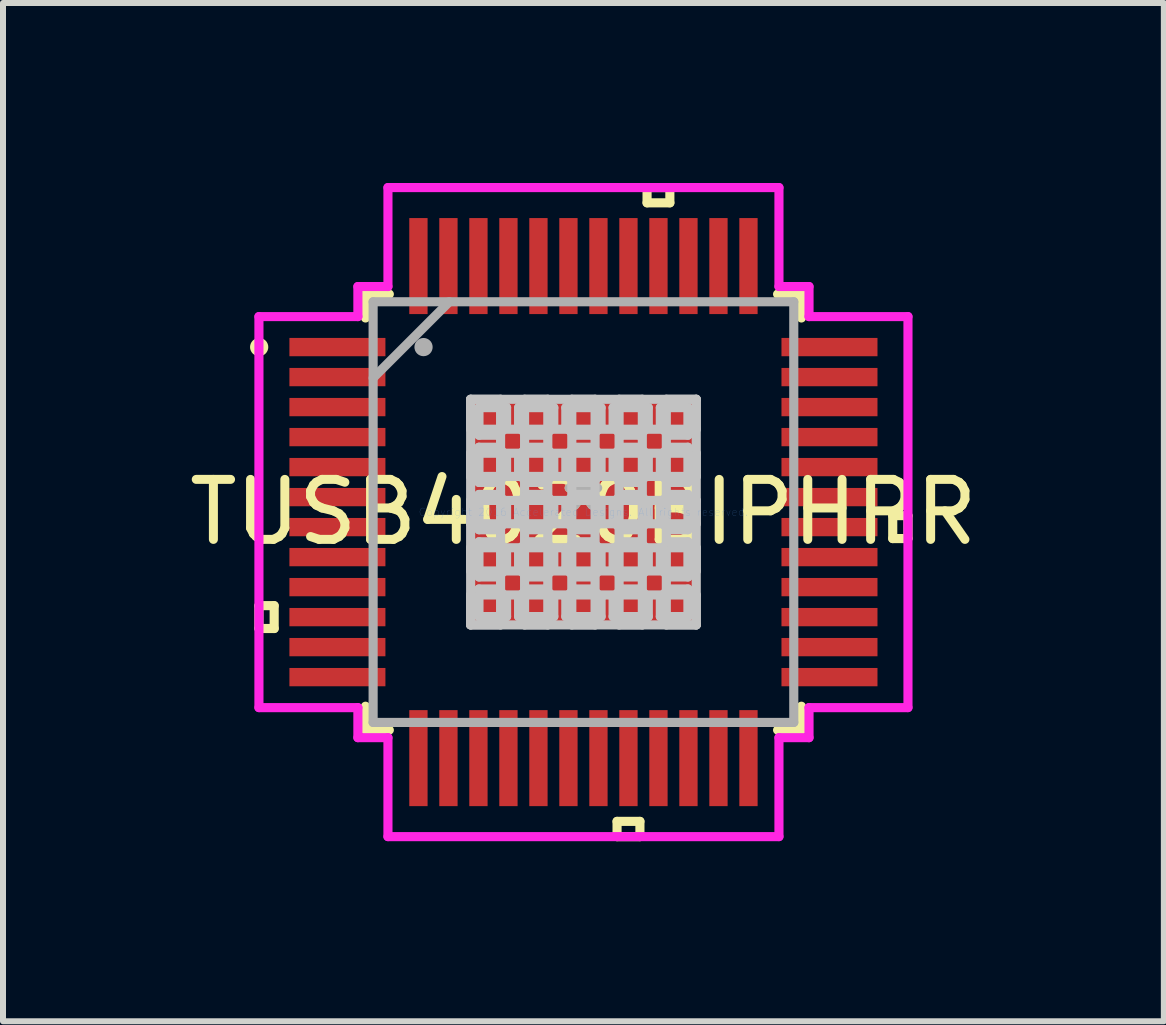
<source format=kicad_pcb>
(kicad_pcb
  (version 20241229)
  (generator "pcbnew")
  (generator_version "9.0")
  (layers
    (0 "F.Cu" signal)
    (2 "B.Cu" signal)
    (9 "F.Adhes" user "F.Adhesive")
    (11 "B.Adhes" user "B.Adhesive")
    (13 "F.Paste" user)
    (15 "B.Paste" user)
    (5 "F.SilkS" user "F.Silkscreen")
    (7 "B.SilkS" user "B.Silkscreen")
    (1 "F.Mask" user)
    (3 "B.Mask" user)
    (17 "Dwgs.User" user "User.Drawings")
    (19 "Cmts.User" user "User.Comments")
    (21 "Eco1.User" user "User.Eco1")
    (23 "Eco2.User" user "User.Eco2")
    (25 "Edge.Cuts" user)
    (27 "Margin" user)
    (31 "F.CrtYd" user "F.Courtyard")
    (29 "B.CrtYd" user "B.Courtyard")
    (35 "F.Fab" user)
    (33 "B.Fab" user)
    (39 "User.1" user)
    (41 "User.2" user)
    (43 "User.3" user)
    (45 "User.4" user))
  (footprint "TUSB4020BIPHPR"
    (layer "F.Cu")
    (at 6.673 5.484)
    (property "Reference" "TUSB4020BIPHPR" (at 0 0 0) (layer "F.SilkS") (effects (font (size 1 1) (thickness 0.15))))
    (attr through_hole)
    (fp_line (start -5.408 1.559) (end -5.408 1.94) (stroke (width 0.152) (type solid)) (layer "F.SilkS"))
    (fp_line (start -5.408 1.94) (end -5.154 1.94) (stroke (width 0.152) (type solid)) (layer "F.SilkS"))
    (fp_line (start -5.154 1.559) (end -5.408 1.559) (stroke (width 0.152) (type solid)) (layer "F.SilkS"))
    (fp_line (start -5.154 1.94) (end -5.154 1.559) (stroke (width 0.152) (type solid)) (layer "F.SilkS"))
    (fp_line (start -3.632 -3.632) (end -3.632 -3.235) (stroke (width 0.152) (type solid)) (layer "F.SilkS"))
    (fp_line (start -3.632 3.235) (end -3.632 3.632) (stroke (width 0.152) (type solid)) (layer "F.SilkS"))
    (fp_line (start -3.632 3.632) (end -3.235 3.632) (stroke (width 0.152) (type solid)) (layer "F.SilkS"))
    (fp_line (start -3.235 -3.632) (end -3.632 -3.632) (stroke (width 0.152) (type solid)) (layer "F.SilkS"))
    (fp_line (start 0.56 5.154) (end 0.56 5.408) (stroke (width 0.152) (type solid)) (layer "F.SilkS"))
    (fp_line (start 0.56 5.408) (end 0.941 5.408) (stroke (width 0.152) (type solid)) (layer "F.SilkS"))
    (fp_line (start 0.941 5.154) (end 0.56 5.154) (stroke (width 0.152) (type solid)) (layer "F.SilkS"))
    (fp_line (start 0.941 5.408) (end 0.941 5.154) (stroke (width 0.152) (type solid)) (layer "F.SilkS"))
    (fp_line (start 1.06 -5.408) (end 1.44 -5.408) (stroke (width 0.152) (type solid)) (layer "F.SilkS"))
    (fp_line (start 1.06 -5.154) (end 1.06 -5.408) (stroke (width 0.152) (type solid)) (layer "F.SilkS"))
    (fp_line (start 1.44 -5.408) (end 1.44 -5.154) (stroke (width 0.152) (type solid)) (layer "F.SilkS"))
    (fp_line (start 1.44 -5.154) (end 1.06 -5.154) (stroke (width 0.152) (type solid)) (layer "F.SilkS"))
    (fp_line (start 3.235 3.632) (end 3.632 3.632) (stroke (width 0.152) (type solid)) (layer "F.SilkS"))
    (fp_line (start 3.632 -3.632) (end 3.235 -3.632) (stroke (width 0.152) (type solid)) (layer "F.SilkS"))
    (fp_line (start 3.632 -3.235) (end 3.632 -3.632) (stroke (width 0.152) (type solid)) (layer "F.SilkS"))
    (fp_line (start 3.632 3.632) (end 3.632 3.235) (stroke (width 0.152) (type solid)) (layer "F.SilkS"))
    (fp_line (start 5.154 0.059) (end 5.408 0.059) (stroke (width 0.152) (type solid)) (layer "F.SilkS"))
    (fp_line (start 5.154 0.441) (end 5.154 0.059) (stroke (width 0.152) (type solid)) (layer "F.SilkS"))
    (fp_line (start 5.408 0.059) (end 5.408 0.441) (stroke (width 0.152) (type solid)) (layer "F.SilkS"))
    (fp_line (start 5.408 0.441) (end 5.154 0.441) (stroke (width 0.152) (type solid)) (layer "F.SilkS"))
    (fp_circle (center -5.404 -2.75) (end -5.328 -2.75) (stroke (width 0.152) (type solid)) (fill no) (layer "F.SilkS"))
    (fp_line (start -1.88 -1.88) (end -1.381 -1.88) (stroke (width 0.152) (type solid)) (layer "Dwgs.User"))
    (fp_line (start -1.88 -1.88) (end 1.88 -1.88) (stroke (width 0.152) (type solid)) (layer "Dwgs.User"))
    (fp_line (start -1.88 -1.381) (end -1.88 -1.88) (stroke (width 0.152) (type solid)) (layer "Dwgs.User"))
    (fp_line (start -1.88 -0.981) (end 1.88 -0.981) (stroke (width 0.152) (type solid)) (layer "Dwgs.User"))
    (fp_line (start -1.88 -0.594) (end -1.88 -0.981) (stroke (width 0.152) (type solid)) (layer "Dwgs.User"))
    (fp_line (start -1.88 -0.194) (end 1.88 -0.194) (stroke (width 0.152) (type solid)) (layer "Dwgs.User"))
    (fp_line (start -1.88 0.194) (end -1.88 -0.194) (stroke (width 0.152) (type solid)) (layer "Dwgs.User"))
    (fp_line (start -1.88 0.594) (end 1.88 0.594) (stroke (width 0.152) (type solid)) (layer "Dwgs.User"))
    (fp_line (start -1.88 0.981) (end -1.88 0.594) (stroke (width 0.152) (type solid)) (layer "Dwgs.User"))
    (fp_line (start -1.88 1.381) (end 1.88 1.381) (stroke (width 0.152) (type solid)) (layer "Dwgs.User"))
    (fp_line (start -1.88 1.88) (end -1.88 -1.88) (stroke (width 0.152) (type solid)) (layer "Dwgs.User"))
    (fp_line (start -1.88 1.88) (end -1.88 1.381) (stroke (width 0.152) (type solid)) (layer "Dwgs.User"))
    (fp_line (start -1.741 -1.741) (end -1.741 -1.281) (stroke (width 0.152) (type solid)) (layer "Dwgs.User"))
    (fp_line (start -1.741 -1.281) (end -1.423 -1.281) (stroke (width 0.152) (type solid)) (layer "Dwgs.User"))
    (fp_line (start -1.741 -1.081) (end -1.741 -0.494) (stroke (width 0.152) (type solid)) (layer "Dwgs.User"))
    (fp_line (start -1.741 -0.494) (end -1.423 -0.494) (stroke (width 0.152) (type solid)) (layer "Dwgs.User"))
    (fp_line (start -1.741 -0.294) (end -1.741 0.294) (stroke (width 0.152) (type solid)) (layer "Dwgs.User"))
    (fp_line (start -1.741 0.294) (end -1.423 0.294) (stroke (width 0.152) (type solid)) (layer "Dwgs.User"))
    (fp_line (start -1.741 0.494) (end -1.741 1.081) (stroke (width 0.152) (type solid)) (layer "Dwgs.User"))
    (fp_line (start -1.741 1.081) (end -1.423 1.081) (stroke (width 0.152) (type solid)) (layer "Dwgs.User"))
    (fp_line (start -1.741 1.281) (end -1.741 1.741) (stroke (width 0.152) (type solid)) (layer "Dwgs.User"))
    (fp_line (start -1.741 1.741) (end -1.281 1.741) (stroke (width 0.152) (type solid)) (layer "Dwgs.User"))
    (fp_line (start -1.423 -1.281) (end -1.423 -1.281) (stroke (width 0.152) (type solid)) (layer "Dwgs.User"))
    (fp_line (start -1.423 -1.281) (end -1.281 -1.423) (stroke (width 0.152) (type solid)) (layer "Dwgs.User"))
    (fp_line (start -1.423 -1.081) (end -1.741 -1.081) (stroke (width 0.152) (type solid)) (layer "Dwgs.User"))
    (fp_line (start -1.423 -1.081) (end -1.423 -1.081) (stroke (width 0.152) (type solid)) (layer "Dwgs.User"))
    (fp_line (start -1.423 -0.494) (end -1.423 -0.494) (stroke (width 0.152) (type solid)) (layer "Dwgs.User"))
    (fp_line (start -1.423 -0.494) (end -1.281 -0.635) (stroke (width 0.152) (type solid)) (layer "Dwgs.User"))
    (fp_line (start -1.423 -0.294) (end -1.741 -0.294) (stroke (width 0.152) (type solid)) (layer "Dwgs.User"))
    (fp_line (start -1.423 -0.294) (end -1.423 -0.294) (stroke (width 0.152) (type solid)) (layer "Dwgs.User"))
    (fp_line (start -1.423 0.294) (end -1.423 0.294) (stroke (width 0.152) (type solid)) (layer "Dwgs.User"))
    (fp_line (start -1.423 0.294) (end -1.281 0.152) (stroke (width 0.152) (type solid)) (layer "Dwgs.User"))
    (fp_line (start -1.423 0.494) (end -1.741 0.494) (stroke (width 0.152) (type solid)) (layer "Dwgs.User"))
    (fp_line (start -1.423 0.494) (end -1.423 0.494) (stroke (width 0.152) (type solid)) (layer "Dwgs.User"))
    (fp_line (start -1.423 1.081) (end -1.423 1.081) (stroke (width 0.152) (type solid)) (layer "Dwgs.User"))
    (fp_line (start -1.423 1.081) (end -1.281 0.94) (stroke (width 0.152) (type solid)) (layer "Dwgs.User"))
    (fp_line (start -1.423 1.281) (end -1.741 1.281) (stroke (width 0.152) (type solid)) (layer "Dwgs.User"))
    (fp_line (start -1.423 1.281) (end -1.423 1.281) (stroke (width 0.152) (type solid)) (layer "Dwgs.User"))
    (fp_line (start -1.381 -1.88) (end -1.381 1.88) (stroke (width 0.152) (type solid)) (layer "Dwgs.User"))
    (fp_line (start -1.381 1.88) (end -1.88 1.88) (stroke (width 0.152) (type solid)) (layer "Dwgs.User"))
    (fp_line (start -1.281 -1.741) (end -1.741 -1.741) (stroke (width 0.152) (type solid)) (layer "Dwgs.User"))
    (fp_line (start -1.281 -1.423) (end -1.281 -1.741) (stroke (width 0.152) (type solid)) (layer "Dwgs.User"))
    (fp_line (start -1.281 -1.423) (end -1.281 -1.423) (stroke (width 0.152) (type solid)) (layer "Dwgs.User"))
    (fp_line (start -1.281 -0.94) (end -1.423 -1.081) (stroke (width 0.152) (type solid)) (layer "Dwgs.User"))
    (fp_line (start -1.281 -0.94) (end -1.281 -0.94) (stroke (width 0.152) (type solid)) (layer "Dwgs.User"))
    (fp_line (start -1.281 -0.635) (end -1.281 -0.94) (stroke (width 0.152) (type solid)) (layer "Dwgs.User"))
    (fp_line (start -1.281 -0.635) (end -1.281 -0.635) (stroke (width 0.152) (type solid)) (layer "Dwgs.User"))
    (fp_line (start -1.281 -0.152) (end -1.423 -0.294) (stroke (width 0.152) (type solid)) (layer "Dwgs.User"))
    (fp_line (start -1.281 -0.152) (end -1.281 -0.152) (stroke (width 0.152) (type solid)) (layer "Dwgs.User"))
    (fp_line (start -1.281 0.152) (end -1.281 -0.152) (stroke (width 0.152) (type solid)) (layer "Dwgs.User"))
    (fp_line (start -1.281 0.152) (end -1.281 0.152) (stroke (width 0.152) (type solid)) (layer "Dwgs.User"))
    (fp_line (start -1.281 0.635) (end -1.423 0.494) (stroke (width 0.152) (type solid)) (layer "Dwgs.User"))
    (fp_line (start -1.281 0.635) (end -1.281 0.635) (stroke (width 0.152) (type solid)) (layer "Dwgs.User"))
    (fp_line (start -1.281 0.94) (end -1.281 0.635) (stroke (width 0.152) (type solid)) (layer "Dwgs.User"))
    (fp_line (start -1.281 0.94) (end -1.281 0.94) (stroke (width 0.152) (type solid)) (layer "Dwgs.User"))
    (fp_line (start -1.281 1.423) (end -1.423 1.281) (stroke (width 0.152) (type solid)) (layer "Dwgs.User"))
    (fp_line (start -1.281 1.423) (end -1.281 1.423) (stroke (width 0.152) (type solid)) (layer "Dwgs.User"))
    (fp_line (start -1.281 1.741) (end -1.281 1.423) (stroke (width 0.152) (type solid)) (layer "Dwgs.User"))
    (fp_line (start -1.081 -1.741) (end -1.081 -1.423) (stroke (width 0.152) (type solid)) (layer "Dwgs.User"))
    (fp_line (start -1.081 -1.423) (end -1.081 -1.423) (stroke (width 0.152) (type solid)) (layer "Dwgs.User"))
    (fp_line (start -1.081 -1.423) (end -0.94 -1.281) (stroke (width 0.152) (type solid)) (layer "Dwgs.User"))
    (fp_line (start -1.081 -0.94) (end -1.081 -0.94) (stroke (width 0.152) (type solid)) (layer "Dwgs.User"))
    (fp_line (start -1.081 -0.94) (end -1.081 -0.635) (stroke (width 0.152) (type solid)) (layer "Dwgs.User"))
    (fp_line (start -1.081 -0.635) (end -1.081 -0.635) (stroke (width 0.152) (type solid)) (layer "Dwgs.User"))
    (fp_line (start -1.081 -0.635) (end -0.94 -0.494) (stroke (width 0.152) (type solid)) (layer "Dwgs.User"))
    (fp_line (start -1.081 -0.152) (end -1.081 -0.152) (stroke (width 0.152) (type solid)) (layer "Dwgs.User"))
    (fp_line (start -1.081 -0.152) (end -1.081 0.152) (stroke (width 0.152) (type solid)) (layer "Dwgs.User"))
    (fp_line (start -1.081 0.152) (end -1.081 0.152) (stroke (width 0.152) (type solid)) (layer "Dwgs.User"))
    (fp_line (start -1.081 0.152) (end -0.94 0.294) (stroke (width 0.152) (type solid)) (layer "Dwgs.User"))
    (fp_line (start -1.081 0.635) (end -1.081 0.635) (stroke (width 0.152) (type solid)) (layer "Dwgs.User"))
    (fp_line (start -1.081 0.635) (end -1.081 0.94) (stroke (width 0.152) (type solid)) (layer "Dwgs.User"))
    (fp_line (start -1.081 0.94) (end -1.081 0.94) (stroke (width 0.152) (type solid)) (layer "Dwgs.User"))
    (fp_line (start -1.081 0.94) (end -0.94 1.081) (stroke (width 0.152) (type solid)) (layer "Dwgs.User"))
    (fp_line (start -1.081 1.423) (end -1.081 1.423) (stroke (width 0.152) (type solid)) (layer "Dwgs.User"))
    (fp_line (start -1.081 1.423) (end -1.081 1.741) (stroke (width 0.152) (type solid)) (layer "Dwgs.User"))
    (fp_line (start -1.081 1.741) (end -0.494 1.741) (stroke (width 0.152) (type solid)) (layer "Dwgs.User"))
    (fp_line (start -0.981 -1.88) (end -0.981 1.88) (stroke (width 0.152) (type solid)) (layer "Dwgs.User"))
    (fp_line (start -0.981 1.88) (end -0.594 1.88) (stroke (width 0.152) (type solid)) (layer "Dwgs.User"))
    (fp_line (start -0.94 -1.281) (end -0.94 -1.281) (stroke (width 0.152) (type solid)) (layer "Dwgs.User"))
    (fp_line (start -0.94 -1.281) (end -0.635 -1.281) (stroke (width 0.152) (type solid)) (layer "Dwgs.User"))
    (fp_line (start -0.94 -1.081) (end -1.081 -0.94) (stroke (width 0.152) (type solid)) (layer "Dwgs.User"))
    (fp_line (start -0.94 -1.081) (end -0.94 -1.081) (stroke (width 0.152) (type solid)) (layer "Dwgs.User"))
    (fp_line (start -0.94 -0.494) (end -0.94 -0.494) (stroke (width 0.152) (type solid)) (layer "Dwgs.User"))
    (fp_line (start -0.94 -0.494) (end -0.635 -0.494) (stroke (width 0.152) (type solid)) (layer "Dwgs.User"))
    (fp_line (start -0.94 -0.294) (end -1.081 -0.152) (stroke (width 0.152) (type solid)) (layer "Dwgs.User"))
    (fp_line (start -0.94 -0.294) (end -0.94 -0.294) (stroke (width 0.152) (type solid)) (layer "Dwgs.User"))
    (fp_line (start -0.94 0.294) (end -0.94 0.294) (stroke (width 0.152) (type solid)) (layer "Dwgs.User"))
    (fp_line (start -0.94 0.294) (end -0.635 0.294) (stroke (width 0.152) (type solid)) (layer "Dwgs.User"))
    (fp_line (start -0.94 0.494) (end -1.081 0.635) (stroke (width 0.152) (type solid)) (layer "Dwgs.User"))
    (fp_line (start -0.94 0.494) (end -0.94 0.494) (stroke (width 0.152) (type solid)) (layer "Dwgs.User"))
    (fp_line (start -0.94 1.081) (end -0.94 1.081) (stroke (width 0.152) (type solid)) (layer "Dwgs.User"))
    (fp_line (start -0.94 1.081) (end -0.635 1.081) (stroke (width 0.152) (type solid)) (layer "Dwgs.User"))
    (fp_line (start -0.94 1.281) (end -1.081 1.423) (stroke (width 0.152) (type solid)) (layer "Dwgs.User"))
    (fp_line (start -0.94 1.281) (end -0.94 1.281) (stroke (width 0.152) (type solid)) (layer "Dwgs.User"))
    (fp_line (start -0.635 -1.281) (end -0.635 -1.281) (stroke (width 0.152) (type solid)) (layer "Dwgs.User"))
    (fp_line (start -0.635 -1.281) (end -0.494 -1.423) (stroke (width 0.152) (type solid)) (layer "Dwgs.User"))
    (fp_line (start -0.635 -1.081) (end -0.94 -1.081) (stroke (width 0.152) (type solid)) (layer "Dwgs.User"))
    (fp_line (start -0.635 -1.081) (end -0.635 -1.081) (stroke (width 0.152) (type solid)) (layer "Dwgs.User"))
    (fp_line (start -0.635 -0.494) (end -0.635 -0.494) (stroke (width 0.152) (type solid)) (layer "Dwgs.User"))
    (fp_line (start -0.635 -0.494) (end -0.494 -0.635) (stroke (width 0.152) (type solid)) (layer "Dwgs.User"))
    (fp_line (start -0.635 -0.294) (end -0.94 -0.294) (stroke (width 0.152) (type solid)) (layer "Dwgs.User"))
    (fp_line (start -0.635 -0.294) (end -0.635 -0.294) (stroke (width 0.152) (type solid)) (layer "Dwgs.User"))
    (fp_line (start -0.635 0.294) (end -0.635 0.294) (stroke (width 0.152) (type solid)) (layer "Dwgs.User"))
    (fp_line (start -0.635 0.294) (end -0.494 0.152) (stroke (width 0.152) (type solid)) (layer "Dwgs.User"))
    (fp_line (start -0.635 0.494) (end -0.94 0.494) (stroke (width 0.152) (type solid)) (layer "Dwgs.User"))
    (fp_line (start -0.635 0.494) (end -0.635 0.494) (stroke (width 0.152) (type solid)) (layer "Dwgs.User"))
    (fp_line (start -0.635 1.081) (end -0.635 1.081) (stroke (width 0.152) (type solid)) (layer "Dwgs.User"))
    (fp_line (start -0.635 1.081) (end -0.494 0.94) (stroke (width 0.152) (type solid)) (layer "Dwgs.User"))
    (fp_line (start -0.635 1.281) (end -0.94 1.281) (stroke (width 0.152) (type solid)) (layer "Dwgs.User"))
    (fp_line (start -0.635 1.281) (end -0.635 1.281) (stroke (width 0.152) (type solid)) (layer "Dwgs.User"))
    (fp_line (start -0.594 -1.88) (end -0.981 -1.88) (stroke (width 0.152) (type solid)) (layer "Dwgs.User"))
    (fp_line (start -0.594 1.88) (end -0.594 -1.88) (stroke (width 0.152) (type solid)) (layer "Dwgs.User"))
    (fp_line (start -0.494 -1.741) (end -1.081 -1.741) (stroke (width 0.152) (type solid)) (layer "Dwgs.User"))
    (fp_line (start -0.494 -1.423) (end -0.494 -1.741) (stroke (width 0.152) (type solid)) (layer "Dwgs.User"))
    (fp_line (start -0.494 -1.423) (end -0.494 -1.423) (stroke (width 0.152) (type solid)) (layer "Dwgs.User"))
    (fp_line (start -0.494 -0.94) (end -0.635 -1.081) (stroke (width 0.152) (type solid)) (layer "Dwgs.User"))
    (fp_line (start -0.494 -0.94) (end -0.494 -0.94) (stroke (width 0.152) (type solid)) (layer "Dwgs.User"))
    (fp_line (start -0.494 -0.635) (end -0.494 -0.94) (stroke (width 0.152) (type solid)) (layer "Dwgs.User"))
    (fp_line (start -0.494 -0.635) (end -0.494 -0.635) (stroke (width 0.152) (type solid)) (layer "Dwgs.User"))
    (fp_line (start -0.494 -0.152) (end -0.635 -0.294) (stroke (width 0.152) (type solid)) (layer "Dwgs.User"))
    (fp_line (start -0.494 -0.152) (end -0.494 -0.152) (stroke (width 0.152) (type solid)) (layer "Dwgs.User"))
    (fp_line (start -0.494 0.152) (end -0.494 -0.152) (stroke (width 0.152) (type solid)) (layer "Dwgs.User"))
    (fp_line (start -0.494 0.152) (end -0.494 0.152) (stroke (width 0.152) (type solid)) (layer "Dwgs.User"))
    (fp_line (start -0.494 0.635) (end -0.635 0.494) (stroke (width 0.152) (type solid)) (layer "Dwgs.User"))
    (fp_line (start -0.494 0.635) (end -0.494 0.635) (stroke (width 0.152) (type solid)) (layer "Dwgs.User"))
    (fp_line (start -0.494 0.94) (end -0.494 0.635) (stroke (width 0.152) (type solid)) (layer "Dwgs.User"))
    (fp_line (start -0.494 0.94) (end -0.494 0.94) (stroke (width 0.152) (type solid)) (layer "Dwgs.User"))
    (fp_line (start -0.494 1.423) (end -0.635 1.281) (stroke (width 0.152) (type solid)) (layer "Dwgs.User"))
    (fp_line (start -0.494 1.423) (end -0.494 1.423) (stroke (width 0.152) (type solid)) (layer "Dwgs.User"))
    (fp_line (start -0.494 1.741) (end -0.494 1.423) (stroke (width 0.152) (type solid)) (layer "Dwgs.User"))
    (fp_line (start -0.294 -1.741) (end -0.294 -1.423) (stroke (width 0.152) (type solid)) (layer "Dwgs.User"))
    (fp_line (start -0.294 -1.423) (end -0.294 -1.423) (stroke (width 0.152) (type solid)) (layer "Dwgs.User"))
    (fp_line (start -0.294 -1.423) (end -0.152 -1.281) (stroke (width 0.152) (type solid)) (layer "Dwgs.User"))
    (fp_line (start -0.294 -0.94) (end -0.294 -0.94) (stroke (width 0.152) (type solid)) (layer "Dwgs.User"))
    (fp_line (start -0.294 -0.94) (end -0.294 -0.635) (stroke (width 0.152) (type solid)) (layer "Dwgs.User"))
    (fp_line (start -0.294 -0.635) (end -0.294 -0.635) (stroke (width 0.152) (type solid)) (layer "Dwgs.User"))
    (fp_line (start -0.294 -0.635) (end -0.152 -0.494) (stroke (width 0.152) (type solid)) (layer "Dwgs.User"))
    (fp_line (start -0.294 -0.152) (end -0.294 -0.152) (stroke (width 0.152) (type solid)) (layer "Dwgs.User"))
    (fp_line (start -0.294 -0.152) (end -0.294 0.152) (stroke (width 0.152) (type solid)) (layer "Dwgs.User"))
    (fp_line (start -0.294 0.152) (end -0.294 0.152) (stroke (width 0.152) (type solid)) (layer "Dwgs.User"))
    (fp_line (start -0.294 0.152) (end -0.152 0.294) (stroke (width 0.152) (type solid)) (layer "Dwgs.User"))
    (fp_line (start -0.294 0.635) (end -0.294 0.635) (stroke (width 0.152) (type solid)) (layer "Dwgs.User"))
    (fp_line (start -0.294 0.635) (end -0.294 0.94) (stroke (width 0.152) (type solid)) (layer "Dwgs.User"))
    (fp_line (start -0.294 0.94) (end -0.294 0.94) (stroke (width 0.152) (type solid)) (layer "Dwgs.User"))
    (fp_line (start -0.294 0.94) (end -0.152 1.081) (stroke (width 0.152) (type solid)) (layer "Dwgs.User"))
    (fp_line (start -0.294 1.423) (end -0.294 1.423) (stroke (width 0.152) (type solid)) (layer "Dwgs.User"))
    (fp_line (start -0.294 1.423) (end -0.294 1.741) (stroke (width 0.152) (type solid)) (layer "Dwgs.User"))
    (fp_line (start -0.294 1.741) (end 0.294 1.741) (stroke (width 0.152) (type solid)) (layer "Dwgs.User"))
    (fp_line (start -0.194 -1.88) (end -0.194 1.88) (stroke (width 0.152) (type solid)) (layer "Dwgs.User"))
    (fp_line (start -0.194 1.88) (end 0.194 1.88) (stroke (width 0.152) (type solid)) (layer "Dwgs.User"))
    (fp_line (start -0.152 -1.281) (end -0.152 -1.281) (stroke (width 0.152) (type solid)) (layer "Dwgs.User"))
    (fp_line (start -0.152 -1.281) (end 0.152 -1.281) (stroke (width 0.152) (type solid)) (layer "Dwgs.User"))
    (fp_line (start -0.152 -1.081) (end -0.294 -0.94) (stroke (width 0.152) (type solid)) (layer "Dwgs.User"))
    (fp_line (start -0.152 -1.081) (end -0.152 -1.081) (stroke (width 0.152) (type solid)) (layer "Dwgs.User"))
    (fp_line (start -0.152 -0.494) (end -0.152 -0.494) (stroke (width 0.152) (type solid)) (layer "Dwgs.User"))
    (fp_line (start -0.152 -0.494) (end 0.152 -0.494) (stroke (width 0.152) (type solid)) (layer "Dwgs.User"))
    (fp_line (start -0.152 -0.294) (end -0.294 -0.152) (stroke (width 0.152) (type solid)) (layer "Dwgs.User"))
    (fp_line (start -0.152 -0.294) (end -0.152 -0.294) (stroke (width 0.152) (type solid)) (layer "Dwgs.User"))
    (fp_line (start -0.152 0.294) (end -0.152 0.294) (stroke (width 0.152) (type solid)) (layer "Dwgs.User"))
    (fp_line (start -0.152 0.294) (end 0.152 0.294) (stroke (width 0.152) (type solid)) (layer "Dwgs.User"))
    (fp_line (start -0.152 0.494) (end -0.294 0.635) (stroke (width 0.152) (type solid)) (layer "Dwgs.User"))
    (fp_line (start -0.152 0.494) (end -0.152 0.494) (stroke (width 0.152) (type solid)) (layer "Dwgs.User"))
    (fp_line (start -0.152 1.081) (end -0.152 1.081) (stroke (width 0.152) (type solid)) (layer "Dwgs.User"))
    (fp_line (start -0.152 1.081) (end 0.152 1.081) (stroke (width 0.152) (type solid)) (layer "Dwgs.User"))
    (fp_line (start -0.152 1.281) (end -0.294 1.423) (stroke (width 0.152) (type solid)) (layer "Dwgs.User"))
    (fp_line (start -0.152 1.281) (end -0.152 1.281) (stroke (width 0.152) (type solid)) (layer "Dwgs.User"))
    (fp_line (start 0.152 -1.281) (end 0.152 -1.281) (stroke (width 0.152) (type solid)) (layer "Dwgs.User"))
    (fp_line (start 0.152 -1.281) (end 0.294 -1.423) (stroke (width 0.152) (type solid)) (layer "Dwgs.User"))
    (fp_line (start 0.152 -1.081) (end -0.152 -1.081) (stroke (width 0.152) (type solid)) (layer "Dwgs.User"))
    (fp_line (start 0.152 -1.081) (end 0.152 -1.081) (stroke (width 0.152) (type solid)) (layer "Dwgs.User"))
    (fp_line (start 0.152 -0.494) (end 0.152 -0.494) (stroke (width 0.152) (type solid)) (layer "Dwgs.User"))
    (fp_line (start 0.152 -0.494) (end 0.294 -0.635) (stroke (width 0.152) (type solid)) (layer "Dwgs.User"))
    (fp_line (start 0.152 -0.294) (end -0.152 -0.294) (stroke (width 0.152) (type solid)) (layer "Dwgs.User"))
    (fp_line (start 0.152 -0.294) (end 0.152 -0.294) (stroke (width 0.152) (type solid)) (layer "Dwgs.User"))
    (fp_line (start 0.152 0.294) (end 0.152 0.294) (stroke (width 0.152) (type solid)) (layer "Dwgs.User"))
    (fp_line (start 0.152 0.294) (end 0.294 0.152) (stroke (width 0.152) (type solid)) (layer "Dwgs.User"))
    (fp_line (start 0.152 0.494) (end -0.152 0.494) (stroke (width 0.152) (type solid)) (layer "Dwgs.User"))
    (fp_line (start 0.152 0.494) (end 0.152 0.494) (stroke (width 0.152) (type solid)) (layer "Dwgs.User"))
    (fp_line (start 0.152 1.081) (end 0.152 1.081) (stroke (width 0.152) (type solid)) (layer "Dwgs.User"))
    (fp_line (start 0.152 1.081) (end 0.294 0.94) (stroke (width 0.152) (type solid)) (layer "Dwgs.User"))
    (fp_line (start 0.152 1.281) (end -0.152 1.281) (stroke (width 0.152) (type solid)) (layer "Dwgs.User"))
    (fp_line (start 0.152 1.281) (end 0.152 1.281) (stroke (width 0.152) (type solid)) (layer "Dwgs.User"))
    (fp_line (start 0.194 -1.88) (end -0.194 -1.88) (stroke (width 0.152) (type solid)) (layer "Dwgs.User"))
    (fp_line (start 0.194 1.88) (end 0.194 -1.88) (stroke (width 0.152) (type solid)) (layer "Dwgs.User"))
    (fp_line (start 0.294 -1.741) (end -0.294 -1.741) (stroke (width 0.152) (type solid)) (layer "Dwgs.User"))
    (fp_line (start 0.294 -1.423) (end 0.294 -1.741) (stroke (width 0.152) (type solid)) (layer "Dwgs.User"))
    (fp_line (start 0.294 -1.423) (end 0.294 -1.423) (stroke (width 0.152) (type solid)) (layer "Dwgs.User"))
    (fp_line (start 0.294 -0.94) (end 0.152 -1.081) (stroke (width 0.152) (type solid)) (layer "Dwgs.User"))
    (fp_line (start 0.294 -0.94) (end 0.294 -0.94) (stroke (width 0.152) (type solid)) (layer "Dwgs.User"))
    (fp_line (start 0.294 -0.635) (end 0.294 -0.94) (stroke (width 0.152) (type solid)) (layer "Dwgs.User"))
    (fp_line (start 0.294 -0.635) (end 0.294 -0.635) (stroke (width 0.152) (type solid)) (layer "Dwgs.User"))
    (fp_line (start 0.294 -0.152) (end 0.152 -0.294) (stroke (width 0.152) (type solid)) (layer "Dwgs.User"))
    (fp_line (start 0.294 -0.152) (end 0.294 -0.152) (stroke (width 0.152) (type solid)) (layer "Dwgs.User"))
    (fp_line (start 0.294 0.152) (end 0.294 -0.152) (stroke (width 0.152) (type solid)) (layer "Dwgs.User"))
    (fp_line (start 0.294 0.152) (end 0.294 0.152) (stroke (width 0.152) (type solid)) (layer "Dwgs.User"))
    (fp_line (start 0.294 0.635) (end 0.152 0.494) (stroke (width 0.152) (type solid)) (layer "Dwgs.User"))
    (fp_line (start 0.294 0.635) (end 0.294 0.635) (stroke (width 0.152) (type solid)) (layer "Dwgs.User"))
    (fp_line (start 0.294 0.94) (end 0.294 0.635) (stroke (width 0.152) (type solid)) (layer "Dwgs.User"))
    (fp_line (start 0.294 0.94) (end 0.294 0.94) (stroke (width 0.152) (type solid)) (layer "Dwgs.User"))
    (fp_line (start 0.294 1.423) (end 0.152 1.281) (stroke (width 0.152) (type solid)) (layer "Dwgs.User"))
    (fp_line (start 0.294 1.423) (end 0.294 1.423) (stroke (width 0.152) (type solid)) (layer "Dwgs.User"))
    (fp_line (start 0.294 1.741) (end 0.294 1.423) (stroke (width 0.152) (type solid)) (layer "Dwgs.User"))
    (fp_line (start 0.494 -1.741) (end 0.494 -1.423) (stroke (width 0.152) (type solid)) (layer "Dwgs.User"))
    (fp_line (start 0.494 -1.423) (end 0.494 -1.423) (stroke (width 0.152) (type solid)) (layer "Dwgs.User"))
    (fp_line (start 0.494 -1.423) (end 0.635 -1.281) (stroke (width 0.152) (type solid)) (layer "Dwgs.User"))
    (fp_line (start 0.494 -0.94) (end 0.494 -0.94) (stroke (width 0.152) (type solid)) (layer "Dwgs.User"))
    (fp_line (start 0.494 -0.94) (end 0.494 -0.635) (stroke (width 0.152) (type solid)) (layer "Dwgs.User"))
    (fp_line (start 0.494 -0.635) (end 0.494 -0.635) (stroke (width 0.152) (type solid)) (layer "Dwgs.User"))
    (fp_line (start 0.494 -0.635) (end 0.635 -0.494) (stroke (width 0.152) (type solid)) (layer "Dwgs.User"))
    (fp_line (start 0.494 -0.152) (end 0.494 -0.152) (stroke (width 0.152) (type solid)) (layer "Dwgs.User"))
    (fp_line (start 0.494 -0.152) (end 0.494 0.152) (stroke (width 0.152) (type solid)) (layer "Dwgs.User"))
    (fp_line (start 0.494 0.152) (end 0.494 0.152) (stroke (width 0.152) (type solid)) (layer "Dwgs.User"))
    (fp_line (start 0.494 0.152) (end 0.635 0.294) (stroke (width 0.152) (type solid)) (layer "Dwgs.User"))
    (fp_line (start 0.494 0.635) (end 0.494 0.635) (stroke (width 0.152) (type solid)) (layer "Dwgs.User"))
    (fp_line (start 0.494 0.635) (end 0.494 0.94) (stroke (width 0.152) (type solid)) (layer "Dwgs.User"))
    (fp_line (start 0.494 0.94) (end 0.494 0.94) (stroke (width 0.152) (type solid)) (layer "Dwgs.User"))
    (fp_line (start 0.494 0.94) (end 0.635 1.081) (stroke (width 0.152) (type solid)) (layer "Dwgs.User"))
    (fp_line (start 0.494 1.423) (end 0.494 1.423) (stroke (width 0.152) (type solid)) (layer "Dwgs.User"))
    (fp_line (start 0.494 1.423) (end 0.494 1.741) (stroke (width 0.152) (type solid)) (layer "Dwgs.User"))
    (fp_line (start 0.494 1.741) (end 1.081 1.741) (stroke (width 0.152) (type solid)) (layer "Dwgs.User"))
    (fp_line (start 0.594 -1.88) (end 0.594 1.88) (stroke (width 0.152) (type solid)) (layer "Dwgs.User"))
    (fp_line (start 0.594 1.88) (end 0.981 1.88) (stroke (width 0.152) (type solid)) (layer "Dwgs.User"))
    (fp_line (start 0.635 -1.281) (end 0.635 -1.281) (stroke (width 0.152) (type solid)) (layer "Dwgs.User"))
    (fp_line (start 0.635 -1.281) (end 0.94 -1.281) (stroke (width 0.152) (type solid)) (layer "Dwgs.User"))
    (fp_line (start 0.635 -1.081) (end 0.494 -0.94) (stroke (width 0.152) (type solid)) (layer "Dwgs.User"))
    (fp_line (start 0.635 -1.081) (end 0.635 -1.081) (stroke (width 0.152) (type solid)) (layer "Dwgs.User"))
    (fp_line (start 0.635 -0.494) (end 0.635 -0.494) (stroke (width 0.152) (type solid)) (layer "Dwgs.User"))
    (fp_line (start 0.635 -0.494) (end 0.94 -0.494) (stroke (width 0.152) (type solid)) (layer "Dwgs.User"))
    (fp_line (start 0.635 -0.294) (end 0.494 -0.152) (stroke (width 0.152) (type solid)) (layer "Dwgs.User"))
    (fp_line (start 0.635 -0.294) (end 0.635 -0.294) (stroke (width 0.152) (type solid)) (layer "Dwgs.User"))
    (fp_line (start 0.635 0.294) (end 0.635 0.294) (stroke (width 0.152) (type solid)) (layer "Dwgs.User"))
    (fp_line (start 0.635 0.294) (end 0.94 0.294) (stroke (width 0.152) (type solid)) (layer "Dwgs.User"))
    (fp_line (start 0.635 0.494) (end 0.494 0.635) (stroke (width 0.152) (type solid)) (layer "Dwgs.User"))
    (fp_line (start 0.635 0.494) (end 0.635 0.494) (stroke (width 0.152) (type solid)) (layer "Dwgs.User"))
    (fp_line (start 0.635 1.081) (end 0.635 1.081) (stroke (width 0.152) (type solid)) (layer "Dwgs.User"))
    (fp_line (start 0.635 1.081) (end 0.94 1.081) (stroke (width 0.152) (type solid)) (layer "Dwgs.User"))
    (fp_line (start 0.635 1.281) (end 0.494 1.423) (stroke (width 0.152) (type solid)) (layer "Dwgs.User"))
    (fp_line (start 0.635 1.281) (end 0.635 1.281) (stroke (width 0.152) (type solid)) (layer "Dwgs.User"))
    (fp_line (start 0.94 -1.281) (end 0.94 -1.281) (stroke (width 0.152) (type solid)) (layer "Dwgs.User"))
    (fp_line (start 0.94 -1.281) (end 1.081 -1.423) (stroke (width 0.152) (type solid)) (layer "Dwgs.User"))
    (fp_line (start 0.94 -1.081) (end 0.635 -1.081) (stroke (width 0.152) (type solid)) (layer "Dwgs.User"))
    (fp_line (start 0.94 -1.081) (end 0.94 -1.081) (stroke (width 0.152) (type solid)) (layer "Dwgs.User"))
    (fp_line (start 0.94 -0.494) (end 0.94 -0.494) (stroke (width 0.152) (type solid)) (layer "Dwgs.User"))
    (fp_line (start 0.94 -0.494) (end 1.081 -0.635) (stroke (width 0.152) (type solid)) (layer "Dwgs.User"))
    (fp_line (start 0.94 -0.294) (end 0.635 -0.294) (stroke (width 0.152) (type solid)) (layer "Dwgs.User"))
    (fp_line (start 0.94 -0.294) (end 0.94 -0.294) (stroke (width 0.152) (type solid)) (layer "Dwgs.User"))
    (fp_line (start 0.94 0.294) (end 0.94 0.294) (stroke (width 0.152) (type solid)) (layer "Dwgs.User"))
    (fp_line (start 0.94 0.294) (end 1.081 0.152) (stroke (width 0.152) (type solid)) (layer "Dwgs.User"))
    (fp_line (start 0.94 0.494) (end 0.635 0.494) (stroke (width 0.152) (type solid)) (layer "Dwgs.User"))
    (fp_line (start 0.94 0.494) (end 0.94 0.494) (stroke (width 0.152) (type solid)) (layer "Dwgs.User"))
    (fp_line (start 0.94 1.081) (end 0.94 1.081) (stroke (width 0.152) (type solid)) (layer "Dwgs.User"))
    (fp_line (start 0.94 1.081) (end 1.081 0.94) (stroke (width 0.152) (type solid)) (layer "Dwgs.User"))
    (fp_line (start 0.94 1.281) (end 0.635 1.281) (stroke (width 0.152) (type solid)) (layer "Dwgs.User"))
    (fp_line (start 0.94 1.281) (end 0.94 1.281) (stroke (width 0.152) (type solid)) (layer "Dwgs.User"))
    (fp_line (start 0.981 -1.88) (end 0.594 -1.88) (stroke (width 0.152) (type solid)) (layer "Dwgs.User"))
    (fp_line (start 0.981 1.88) (end 0.981 -1.88) (stroke (width 0.152) (type solid)) (layer "Dwgs.User"))
    (fp_line (start 1.081 -1.741) (end 0.494 -1.741) (stroke (width 0.152) (type solid)) (layer "Dwgs.User"))
    (fp_line (start 1.081 -1.423) (end 1.081 -1.741) (stroke (width 0.152) (type solid)) (layer "Dwgs.User"))
    (fp_line (start 1.081 -1.423) (end 1.081 -1.423) (stroke (width 0.152) (type solid)) (layer "Dwgs.User"))
    (fp_line (start 1.081 -0.94) (end 0.94 -1.081) (stroke (width 0.152) (type solid)) (layer "Dwgs.User"))
    (fp_line (start 1.081 -0.94) (end 1.081 -0.94) (stroke (width 0.152) (type solid)) (layer "Dwgs.User"))
    (fp_line (start 1.081 -0.635) (end 1.081 -0.94) (stroke (width 0.152) (type solid)) (layer "Dwgs.User"))
    (fp_line (start 1.081 -0.635) (end 1.081 -0.635) (stroke (width 0.152) (type solid)) (layer "Dwgs.User"))
    (fp_line (start 1.081 -0.152) (end 0.94 -0.294) (stroke (width 0.152) (type solid)) (layer "Dwgs.User"))
    (fp_line (start 1.081 -0.152) (end 1.081 -0.152) (stroke (width 0.152) (type solid)) (layer "Dwgs.User"))
    (fp_line (start 1.081 0.152) (end 1.081 -0.152) (stroke (width 0.152) (type solid)) (layer "Dwgs.User"))
    (fp_line (start 1.081 0.152) (end 1.081 0.152) (stroke (width 0.152) (type solid)) (layer "Dwgs.User"))
    (fp_line (start 1.081 0.635) (end 0.94 0.494) (stroke (width 0.152) (type solid)) (layer "Dwgs.User"))
    (fp_line (start 1.081 0.635) (end 1.081 0.635) (stroke (width 0.152) (type solid)) (layer "Dwgs.User"))
    (fp_line (start 1.081 0.94) (end 1.081 0.635) (stroke (width 0.152) (type solid)) (layer "Dwgs.User"))
    (fp_line (start 1.081 0.94) (end 1.081 0.94) (stroke (width 0.152) (type solid)) (layer "Dwgs.User"))
    (fp_line (start 1.081 1.423) (end 0.94 1.281) (stroke (width 0.152) (type solid)) (layer "Dwgs.User"))
    (fp_line (start 1.081 1.423) (end 1.081 1.423) (stroke (width 0.152) (type solid)) (layer "Dwgs.User"))
    (fp_line (start 1.081 1.741) (end 1.081 1.423) (stroke (width 0.152) (type solid)) (layer "Dwgs.User"))
    (fp_line (start 1.281 -1.741) (end 1.281 -1.423) (stroke (width 0.152) (type solid)) (layer "Dwgs.User"))
    (fp_line (start 1.281 -1.423) (end 1.281 -1.423) (stroke (width 0.152) (type solid)) (layer "Dwgs.User"))
    (fp_line (start 1.281 -1.423) (end 1.423 -1.281) (stroke (width 0.152) (type solid)) (layer "Dwgs.User"))
    (fp_line (start 1.281 -0.94) (end 1.281 -0.94) (stroke (width 0.152) (type solid)) (layer "Dwgs.User"))
    (fp_line (start 1.281 -0.94) (end 1.281 -0.635) (stroke (width 0.152) (type solid)) (layer "Dwgs.User"))
    (fp_line (start 1.281 -0.635) (end 1.281 -0.635) (stroke (width 0.152) (type solid)) (layer "Dwgs.User"))
    (fp_line (start 1.281 -0.635) (end 1.423 -0.494) (stroke (width 0.152) (type solid)) (layer "Dwgs.User"))
    (fp_line (start 1.281 -0.152) (end 1.281 -0.152) (stroke (width 0.152) (type solid)) (layer "Dwgs.User"))
    (fp_line (start 1.281 -0.152) (end 1.281 0.152) (stroke (width 0.152) (type solid)) (layer "Dwgs.User"))
    (fp_line (start 1.281 0.152) (end 1.281 0.152) (stroke (width 0.152) (type solid)) (layer "Dwgs.User"))
    (fp_line (start 1.281 0.152) (end 1.423 0.294) (stroke (width 0.152) (type solid)) (layer "Dwgs.User"))
    (fp_line (start 1.281 0.635) (end 1.281 0.635) (stroke (width 0.152) (type solid)) (layer "Dwgs.User"))
    (fp_line (start 1.281 0.635) (end 1.281 0.94) (stroke (width 0.152) (type solid)) (layer "Dwgs.User"))
    (fp_line (start 1.281 0.94) (end 1.281 0.94) (stroke (width 0.152) (type solid)) (layer "Dwgs.User"))
    (fp_line (start 1.281 0.94) (end 1.423 1.081) (stroke (width 0.152) (type solid)) (layer "Dwgs.User"))
    (fp_line (start 1.281 1.423) (end 1.281 1.423) (stroke (width 0.152) (type solid)) (layer "Dwgs.User"))
    (fp_line (start 1.281 1.423) (end 1.281 1.741) (stroke (width 0.152) (type solid)) (layer "Dwgs.User"))
    (fp_line (start 1.281 1.741) (end 1.741 1.741) (stroke (width 0.152) (type solid)) (layer "Dwgs.User"))
    (fp_line (start 1.381 -1.88) (end 1.88 -1.88) (stroke (width 0.152) (type solid)) (layer "Dwgs.User"))
    (fp_line (start 1.381 1.88) (end 1.381 -1.88) (stroke (width 0.152) (type solid)) (layer "Dwgs.User"))
    (fp_line (start 1.423 -1.281) (end 1.423 -1.281) (stroke (width 0.152) (type solid)) (layer "Dwgs.User"))
    (fp_line (start 1.423 -1.281) (end 1.741 -1.281) (stroke (width 0.152) (type solid)) (layer "Dwgs.User"))
    (fp_line (start 1.423 -1.081) (end 1.281 -0.94) (stroke (width 0.152) (type solid)) (layer "Dwgs.User"))
    (fp_line (start 1.423 -1.081) (end 1.423 -1.081) (stroke (width 0.152) (type solid)) (layer "Dwgs.User"))
    (fp_line (start 1.423 -0.494) (end 1.423 -0.494) (stroke (width 0.152) (type solid)) (layer "Dwgs.User"))
    (fp_line (start 1.423 -0.494) (end 1.741 -0.494) (stroke (width 0.152) (type solid)) (layer "Dwgs.User"))
    (fp_line (start 1.423 -0.294) (end 1.281 -0.152) (stroke (width 0.152) (type solid)) (layer "Dwgs.User"))
    (fp_line (start 1.423 -0.294) (end 1.423 -0.294) (stroke (width 0.152) (type solid)) (layer "Dwgs.User"))
    (fp_line (start 1.423 0.294) (end 1.423 0.294) (stroke (width 0.152) (type solid)) (layer "Dwgs.User"))
    (fp_line (start 1.423 0.294) (end 1.741 0.294) (stroke (width 0.152) (type solid)) (layer "Dwgs.User"))
    (fp_line (start 1.423 0.494) (end 1.281 0.635) (stroke (width 0.152) (type solid)) (layer "Dwgs.User"))
    (fp_line (start 1.423 0.494) (end 1.423 0.494) (stroke (width 0.152) (type solid)) (layer "Dwgs.User"))
    (fp_line (start 1.423 1.081) (end 1.423 1.081) (stroke (width 0.152) (type solid)) (layer "Dwgs.User"))
    (fp_line (start 1.423 1.081) (end 1.741 1.081) (stroke (width 0.152) (type solid)) (layer "Dwgs.User"))
    (fp_line (start 1.423 1.281) (end 1.281 1.423) (stroke (width 0.152) (type solid)) (layer "Dwgs.User"))
    (fp_line (start 1.423 1.281) (end 1.423 1.281) (stroke (width 0.152) (type solid)) (layer "Dwgs.User"))
    (fp_line (start 1.741 -1.741) (end 1.281 -1.741) (stroke (width 0.152) (type solid)) (layer "Dwgs.User"))
    (fp_line (start 1.741 -1.281) (end 1.741 -1.741) (stroke (width 0.152) (type solid)) (layer "Dwgs.User"))
    (fp_line (start 1.741 -1.081) (end 1.423 -1.081) (stroke (width 0.152) (type solid)) (layer "Dwgs.User"))
    (fp_line (start 1.741 -0.494) (end 1.741 -1.081) (stroke (width 0.152) (type solid)) (layer "Dwgs.User"))
    (fp_line (start 1.741 -0.294) (end 1.423 -0.294) (stroke (width 0.152) (type solid)) (layer "Dwgs.User"))
    (fp_line (start 1.741 0.294) (end 1.741 -0.294) (stroke (width 0.152) (type solid)) (layer "Dwgs.User"))
    (fp_line (start 1.741 0.494) (end 1.423 0.494) (stroke (width 0.152) (type solid)) (layer "Dwgs.User"))
    (fp_line (start 1.741 1.081) (end 1.741 0.494) (stroke (width 0.152) (type solid)) (layer "Dwgs.User"))
    (fp_line (start 1.741 1.281) (end 1.423 1.281) (stroke (width 0.152) (type solid)) (layer "Dwgs.User"))
    (fp_line (start 1.741 1.741) (end 1.741 1.281) (stroke (width 0.152) (type solid)) (layer "Dwgs.User"))
    (fp_line (start 1.88 -1.88) (end 1.88 -1.381) (stroke (width 0.152) (type solid)) (layer "Dwgs.User"))
    (fp_line (start 1.88 -1.88) (end 1.88 1.88) (stroke (width 0.152) (type solid)) (layer "Dwgs.User"))
    (fp_line (start 1.88 -1.381) (end -1.88 -1.381) (stroke (width 0.152) (type solid)) (layer "Dwgs.User"))
    (fp_line (start 1.88 -0.981) (end 1.88 -0.594) (stroke (width 0.152) (type solid)) (layer "Dwgs.User"))
    (fp_line (start 1.88 -0.594) (end -1.88 -0.594) (stroke (width 0.152) (type solid)) (layer "Dwgs.User"))
    (fp_line (start 1.88 -0.194) (end 1.88 0.194) (stroke (width 0.152) (type solid)) (layer "Dwgs.User"))
    (fp_line (start 1.88 0.194) (end -1.88 0.194) (stroke (width 0.152) (type solid)) (layer "Dwgs.User"))
    (fp_line (start 1.88 0.594) (end 1.88 0.981) (stroke (width 0.152) (type solid)) (layer "Dwgs.User"))
    (fp_line (start 1.88 0.981) (end -1.88 0.981) (stroke (width 0.152) (type solid)) (layer "Dwgs.User"))
    (fp_line (start 1.88 1.381) (end 1.88 1.88) (stroke (width 0.152) (type solid)) (layer "Dwgs.User"))
    (fp_line (start 1.88 1.88) (end -1.88 1.88) (stroke (width 0.152) (type solid)) (layer "Dwgs.User"))
    (fp_line (start 1.88 1.88) (end 1.381 1.88) (stroke (width 0.152) (type solid)) (layer "Dwgs.User"))
    (fp_circle (center -1 -1) (end -0.835 -1) (stroke (width 0.152) (type solid)) (fill no) (layer "Eco1.User"))
    (fp_circle (center -1 0.0003) (end -0.835 0.0003) (stroke (width 0.152) (type solid)) (fill no) (layer "Eco1.User"))
    (fp_circle (center -1 1.001) (end -0.835 1.001) (stroke (width 0.152) (type solid)) (fill no) (layer "Eco1.User"))
    (fp_circle (center 0.0003 -1) (end 0.165 -1) (stroke (width 0.152) (type solid)) (fill no) (layer "Eco1.User"))
    (fp_circle (center 0.0003 0.0003) (end 0.165 0.0003) (stroke (width 0.152) (type solid)) (fill no) (layer "Eco1.User"))
    (fp_circle (center 0.0003 1.001) (end 0.165 1.001) (stroke (width 0.152) (type solid)) (fill no) (layer "Eco1.User"))
    (fp_circle (center 1.001 -1) (end 1.166 -1) (stroke (width 0.152) (type solid)) (fill no) (layer "Eco1.User"))
    (fp_circle (center 1.001 0.0003) (end 1.166 0.0003) (stroke (width 0.152) (type solid)) (fill no) (layer "Eco1.User"))
    (fp_circle (center 1.001 1.001) (end 1.166 1.001) (stroke (width 0.152) (type solid)) (fill no) (layer "Eco1.User"))
    (fp_line (start -5.408 -3.258) (end -3.759 -3.258) (stroke (width 0.152) (type solid)) (layer "F.CrtYd"))
    (fp_line (start -5.408 3.258) (end -5.408 -3.258) (stroke (width 0.152) (type solid)) (layer "F.CrtYd"))
    (fp_line (start -3.759 -3.759) (end -3.258 -3.759) (stroke (width 0.152) (type solid)) (layer "F.CrtYd"))
    (fp_line (start -3.759 -3.258) (end -3.759 -3.759) (stroke (width 0.152) (type solid)) (layer "F.CrtYd"))
    (fp_line (start -3.759 3.258) (end -5.408 3.258) (stroke (width 0.152) (type solid)) (layer "F.CrtYd"))
    (fp_line (start -3.759 3.759) (end -3.759 3.258) (stroke (width 0.152) (type solid)) (layer "F.CrtYd"))
    (fp_line (start -3.258 -5.408) (end 3.258 -5.408) (stroke (width 0.152) (type solid)) (layer "F.CrtYd"))
    (fp_line (start -3.258 -3.759) (end -3.258 -5.408) (stroke (width 0.152) (type solid)) (layer "F.CrtYd"))
    (fp_line (start -3.258 3.759) (end -3.759 3.759) (stroke (width 0.152) (type solid)) (layer "F.CrtYd"))
    (fp_line (start -3.258 5.408) (end -3.258 3.759) (stroke (width 0.152) (type solid)) (layer "F.CrtYd"))
    (fp_line (start 3.258 -5.408) (end 3.258 -3.759) (stroke (width 0.152) (type solid)) (layer "F.CrtYd"))
    (fp_line (start 3.258 -3.759) (end 3.759 -3.759) (stroke (width 0.152) (type solid)) (layer "F.CrtYd"))
    (fp_line (start 3.258 3.759) (end 3.258 5.408) (stroke (width 0.152) (type solid)) (layer "F.CrtYd"))
    (fp_line (start 3.258 5.408) (end -3.258 5.408) (stroke (width 0.152) (type solid)) (layer "F.CrtYd"))
    (fp_line (start 3.759 -3.759) (end 3.759 -3.258) (stroke (width 0.152) (type solid)) (layer "F.CrtYd"))
    (fp_line (start 3.759 -3.258) (end 5.408 -3.258) (stroke (width 0.152) (type solid)) (layer "F.CrtYd"))
    (fp_line (start 3.759 3.258) (end 3.759 3.759) (stroke (width 0.152) (type solid)) (layer "F.CrtYd"))
    (fp_line (start 3.759 3.759) (end 3.258 3.759) (stroke (width 0.152) (type solid)) (layer "F.CrtYd"))
    (fp_line (start 5.408 -3.258) (end 5.408 3.258) (stroke (width 0.152) (type solid)) (layer "F.CrtYd"))
    (fp_line (start 5.408 3.258) (end 3.759 3.258) (stroke (width 0.152) (type solid)) (layer "F.CrtYd"))
    (fp_line (start -3.505 -3.505) (end -3.505 3.505) (stroke (width 0.152) (type solid)) (layer "F.Fab"))
    (fp_line (start -3.505 -2.235) (end -2.235 -3.505) (stroke (width 0.152) (type solid)) (layer "F.Fab"))
    (fp_line (start -3.505 3.505) (end 3.505 3.505) (stroke (width 0.152) (type solid)) (layer "F.Fab"))
    (fp_line (start 3.505 -3.505) (end -3.505 -3.505) (stroke (width 0.152) (type solid)) (layer "F.Fab"))
    (fp_line (start 3.505 3.505) (end 3.505 -3.505) (stroke (width 0.152) (type solid)) (layer "F.Fab"))
    (fp_circle (center -2.665 -2.75) (end -2.589 -2.75) (stroke (width 0.152) (type solid)) (fill no) (layer "F.Fab"))
    (fp_text user "*" (at 0 0 0) (layer "F.SilkS") (effects (font (size 1 1) (thickness 0.15))))
    (fp_text user "Copyright 2016 Accelerated Designs. All rights reserved." (at 0 0 0) (layer "Cmts.User") (effects (font (size 0.127 0.127) (thickness 0.002))))
    (fp_text user "*" (at 0 0 0) (layer "F.Fab") (effects (font (size 1 1) (thickness 0.15))))
    (pad "1" smd rect (at -4.1 -2.75) (size 1.6 0.305) (layers "F.Cu" "F.Mask" "F.Paste"))
    (pad "2" smd rect (at -4.1 -2.25) (size 1.6 0.305) (layers "F.Cu" "F.Mask" "F.Paste"))
    (pad "3" smd rect (at -4.1 -1.75) (size 1.6 0.305) (layers "F.Cu" "F.Mask" "F.Paste"))
    (pad "4" smd rect (at -4.1 -1.25) (size 1.6 0.305) (layers "F.Cu" "F.Mask" "F.Paste"))
    (pad "5" smd rect (at -4.1 -0.75) (size 1.6 0.305) (layers "F.Cu" "F.Mask" "F.Paste"))
    (pad "6" smd rect (at -4.1 -0.25) (size 1.6 0.305) (layers "F.Cu" "F.Mask" "F.Paste"))
    (pad "7" smd rect (at -4.1 0.25) (size 1.6 0.305) (layers "F.Cu" "F.Mask" "F.Paste"))
    (pad "8" smd rect (at -4.1 0.75) (size 1.6 0.305) (layers "F.Cu" "F.Mask" "F.Paste"))
    (pad "9" smd rect (at -4.1 1.25) (size 1.6 0.305) (layers "F.Cu" "F.Mask" "F.Paste"))
    (pad "10" smd rect (at -4.1 1.75) (size 1.6 0.305) (layers "F.Cu" "F.Mask" "F.Paste"))
    (pad "11" smd rect (at -4.1 2.25) (size 1.6 0.305) (layers "F.Cu" "F.Mask" "F.Paste"))
    (pad "12" smd rect (at -4.1 2.75) (size 1.6 0.305) (layers "F.Cu" "F.Mask" "F.Paste"))
    (pad "13" smd rect (at -2.75 4.1 90) (size 1.6 0.305) (layers "F.Cu" "F.Mask" "F.Paste"))
    (pad "14" smd rect (at -2.25 4.1 90) (size 1.6 0.305) (layers "F.Cu" "F.Mask" "F.Paste"))
    (pad "15" smd rect (at -1.75 4.1 90) (size 1.6 0.305) (layers "F.Cu" "F.Mask" "F.Paste"))
    (pad "16" smd rect (at -1.25 4.1 90) (size 1.6 0.305) (layers "F.Cu" "F.Mask" "F.Paste"))
    (pad "17" smd rect (at -0.75 4.1 90) (size 1.6 0.305) (layers "F.Cu" "F.Mask" "F.Paste"))
    (pad "18" smd rect (at -0.25 4.1 90) (size 1.6 0.305) (layers "F.Cu" "F.Mask" "F.Paste"))
    (pad "19" smd rect (at 0.25 4.1 90) (size 1.6 0.305) (layers "F.Cu" "F.Mask" "F.Paste"))
    (pad "20" smd rect (at 0.75 4.1 90) (size 1.6 0.305) (layers "F.Cu" "F.Mask" "F.Paste"))
    (pad "21" smd rect (at 1.25 4.1 90) (size 1.6 0.305) (layers "F.Cu" "F.Mask" "F.Paste"))
    (pad "22" smd rect (at 1.75 4.1 90) (size 1.6 0.305) (layers "F.Cu" "F.Mask" "F.Paste"))
    (pad "23" smd rect (at 2.25 4.1 90) (size 1.6 0.305) (layers "F.Cu" "F.Mask" "F.Paste"))
    (pad "24" smd rect (at 2.75 4.1 90) (size 1.6 0.305) (layers "F.Cu" "F.Mask" "F.Paste"))
    (pad "25" smd rect (at 4.1 2.75) (size 1.6 0.305) (layers "F.Cu" "F.Mask" "F.Paste"))
    (pad "26" smd rect (at 4.1 2.25) (size 1.6 0.305) (layers "F.Cu" "F.Mask" "F.Paste"))
    (pad "27" smd rect (at 4.1 1.75) (size 1.6 0.305) (layers "F.Cu" "F.Mask" "F.Paste"))
    (pad "28" smd rect (at 4.1 1.25) (size 1.6 0.305) (layers "F.Cu" "F.Mask" "F.Paste"))
    (pad "29" smd rect (at 4.1 0.75) (size 1.6 0.305) (layers "F.Cu" "F.Mask" "F.Paste"))
    (pad "30" smd rect (at 4.1 0.25) (size 1.6 0.305) (layers "F.Cu" "F.Mask" "F.Paste"))
    (pad "31" smd rect (at 4.1 -0.25) (size 1.6 0.305) (layers "F.Cu" "F.Mask" "F.Paste"))
    (pad "32" smd rect (at 4.1 -0.75) (size 1.6 0.305) (layers "F.Cu" "F.Mask" "F.Paste"))
    (pad "33" smd rect (at 4.1 -1.25) (size 1.6 0.305) (layers "F.Cu" "F.Mask" "F.Paste"))
    (pad "34" smd rect (at 4.1 -1.75) (size 1.6 0.305) (layers "F.Cu" "F.Mask" "F.Paste"))
    (pad "35" smd rect (at 4.1 -2.25) (size 1.6 0.305) (layers "F.Cu" "F.Mask" "F.Paste"))
    (pad "36" smd rect (at 4.1 -2.75) (size 1.6 0.305) (layers "F.Cu" "F.Mask" "F.Paste"))
    (pad "37" smd rect (at 2.75 -4.1 90) (size 1.6 0.305) (layers "F.Cu" "F.Mask" "F.Paste"))
    (pad "38" smd rect (at 2.25 -4.1 90) (size 1.6 0.305) (layers "F.Cu" "F.Mask" "F.Paste"))
    (pad "39" smd rect (at 1.75 -4.1 90) (size 1.6 0.305) (layers "F.Cu" "F.Mask" "F.Paste"))
    (pad "40" smd rect (at 1.25 -4.1 90) (size 1.6 0.305) (layers "F.Cu" "F.Mask" "F.Paste"))
    (pad "41" smd rect (at 0.75 -4.1 90) (size 1.6 0.305) (layers "F.Cu" "F.Mask" "F.Paste"))
    (pad "42" smd rect (at 0.25 -4.1 90) (size 1.6 0.305) (layers "F.Cu" "F.Mask" "F.Paste"))
    (pad "43" smd rect (at -0.25 -4.1 90) (size 1.6 0.305) (layers "F.Cu" "F.Mask" "F.Paste"))
    (pad "44" smd rect (at -0.75 -4.1 90) (size 1.6 0.305) (layers "F.Cu" "F.Mask" "F.Paste"))
    (pad "45" smd rect (at -1.25 -4.1 90) (size 1.6 0.305) (layers "F.Cu" "F.Mask" "F.Paste"))
    (pad "46" smd rect (at -1.75 -4.1 90) (size 1.6 0.305) (layers "F.Cu" "F.Mask" "F.Paste"))
    (pad "47" smd rect (at -2.25 -4.1 90) (size 1.6 0.305) (layers "F.Cu" "F.Mask" "F.Paste"))
    (pad "48" smd rect (at -2.75 -4.1 90) (size 1.6 0.305) (layers "F.Cu" "F.Mask" "F.Paste"))
    (pad "49" smd rect (at 0 0) (size 3.632 3.632) (layers "F.Cu" "F.Mask" "F.Paste")))
  (gr_rect
    (start -3 -3)
    (end 16.345 13.969)
    (stroke (width 0.1) (type default))
    (fill no)
    (layer "Edge.Cuts")))
</source>
